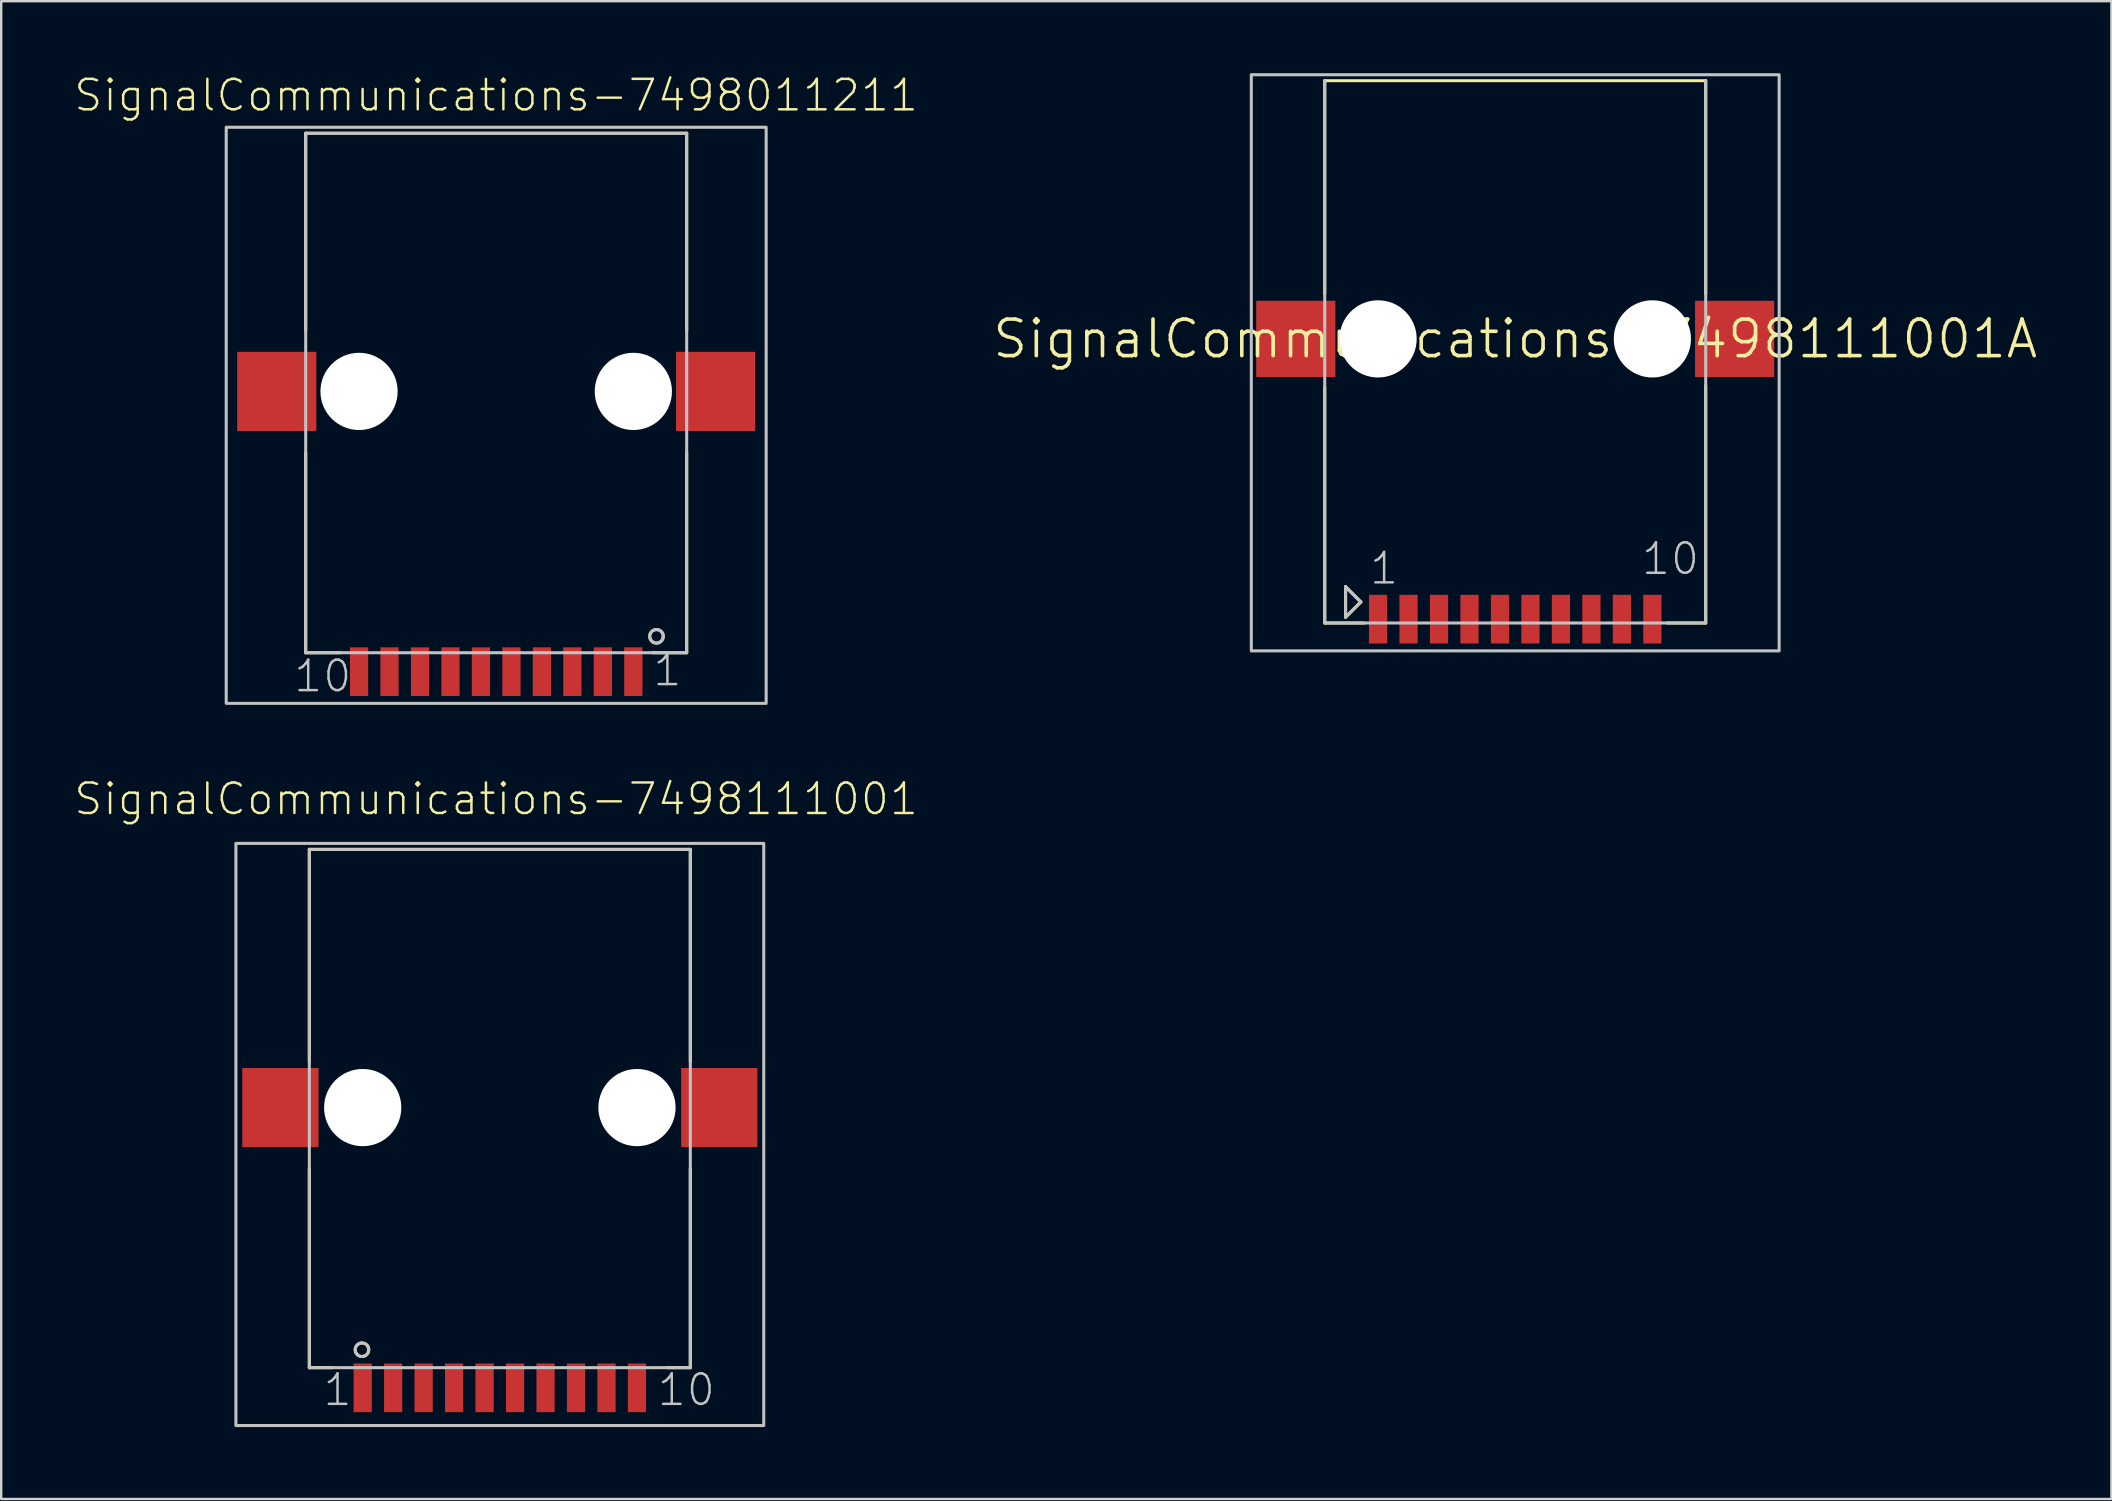
<source format=kicad_pcb>
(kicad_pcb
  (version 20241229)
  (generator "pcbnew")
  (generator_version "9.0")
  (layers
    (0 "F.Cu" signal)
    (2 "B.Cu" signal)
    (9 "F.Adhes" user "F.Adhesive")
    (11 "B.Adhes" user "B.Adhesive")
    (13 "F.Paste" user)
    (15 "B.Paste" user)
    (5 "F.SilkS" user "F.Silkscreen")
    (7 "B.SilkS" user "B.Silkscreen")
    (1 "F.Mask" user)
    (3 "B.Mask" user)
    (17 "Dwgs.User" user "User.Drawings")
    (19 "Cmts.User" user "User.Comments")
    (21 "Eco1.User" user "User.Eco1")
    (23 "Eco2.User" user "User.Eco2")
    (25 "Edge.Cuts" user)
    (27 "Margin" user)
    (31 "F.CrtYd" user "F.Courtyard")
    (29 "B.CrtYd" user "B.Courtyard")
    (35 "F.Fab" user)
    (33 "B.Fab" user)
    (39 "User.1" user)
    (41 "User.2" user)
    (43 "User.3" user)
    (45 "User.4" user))
  (footprint "SignalCommunications-7498011211"
    (layer "F.Cu")
    (at 17.627 13.261)
    (property "Reference" "SignalCommunications-7498011211" (at -0.003 -12.339 0) (layer "F.SilkS") (effects (font (size 1.27 1.27) (thickness 0.102))))
    (attr smd)
    (fp_line (start -7.938 -10.759) (end 7.938 -10.759) (stroke (width 0.127) (type solid)) (layer "F.SilkS"))
    (fp_line (start -7.938 -2.54) (end -7.938 -10.759) (stroke (width 0.127) (type solid)) (layer "F.SilkS"))
    (fp_line (start -7.938 10.889) (end -7.938 2.54) (stroke (width 0.127) (type solid)) (layer "F.SilkS"))
    (fp_line (start -7.938 10.889) (end -6.5 10.889) (stroke (width 0.127) (type solid)) (layer "F.SilkS"))
    (fp_line (start 6.5 10.889) (end 7.938 10.889) (stroke (width 0.127) (type solid)) (layer "F.SilkS"))
    (fp_line (start 7.938 -10.759) (end 7.938 -2.54) (stroke (width 0.127) (type solid)) (layer "F.SilkS"))
    (fp_line (start 7.938 2.54) (end 7.938 10.889) (stroke (width 0.127) (type solid)) (layer "F.SilkS"))
    (fp_circle (center 6.68 10.206) (end 6.68 9.924) (stroke (width 0.127) (type solid)) (fill no) (layer "F.SilkS"))
    (fp_line (start -7.938 -10.759) (end -7.938 10.889) (stroke (width 0.127) (type solid)) (layer "Dwgs.User"))
    (fp_line (start -7.938 10.889) (end 7.938 10.889) (stroke (width 0.127) (type solid)) (layer "Dwgs.User"))
    (fp_line (start 7.938 -10.759) (end -7.938 -10.759) (stroke (width 0.127) (type solid)) (layer "Dwgs.User"))
    (fp_line (start 7.938 -10.759) (end 7.938 10.889) (stroke (width 0.127) (type solid)) (layer "Dwgs.User"))
    (fp_circle (center 6.68 10.206) (end 6.68 9.924) (stroke (width 0.127) (type solid)) (fill no) (layer "Dwgs.User"))
    (fp_poly (pts (xy -11.25 -11.008) (xy 11.25 -11.008) (xy 11.25 13) (xy -11.25 13) (xy -11.25 -11.008)) (stroke (width 0.127) (type solid)) (fill no) (layer "Dwgs.User"))
    (fp_text user "1" (at 7.135 11.613 0) (layer "Dwgs.User") (effects (font (size 1.27 1.27) (thickness 0.102))))
    (fp_text user "10" (at -7.229 11.864 0) (layer "Dwgs.User") (effects (font (size 1.27 1.27) (thickness 0.102))))
    (pad "" np_thru_hole circle (at -5.715 0) (size 3.218 3.218) (drill 3.218) (layers "*.Cu" "*.Mask"))
    (pad "" np_thru_hole circle (at 5.715 0) (size 3.218 3.218) (drill 3.218) (layers "*.Cu" "*.Mask"))
    (pad "1" smd rect (at 5.715 11.679 90) (size 2.029 0.759) (layers "F.Cu" "F.Mask" "F.Paste"))
    (pad "2" smd rect (at 4.445 11.679 90) (size 2.029 0.759) (layers "F.Cu" "F.Mask" "F.Paste"))
    (pad "3" smd rect (at 3.175 11.679 90) (size 2.029 0.759) (layers "F.Cu" "F.Mask" "F.Paste"))
    (pad "4" smd rect (at 1.905 11.679 90) (size 2.029 0.759) (layers "F.Cu" "F.Mask" "F.Paste"))
    (pad "5" smd rect (at 0.635 11.679 90) (size 2.029 0.759) (layers "F.Cu" "F.Mask" "F.Paste"))
    (pad "6" smd rect (at -0.635 11.679 90) (size 2.029 0.759) (layers "F.Cu" "F.Mask" "F.Paste"))
    (pad "7" smd rect (at -1.905 11.679 90) (size 2.029 0.759) (layers "F.Cu" "F.Mask" "F.Paste"))
    (pad "8" smd rect (at -3.175 11.679 90) (size 2.029 0.759) (layers "F.Cu" "F.Mask" "F.Paste"))
    (pad "9" smd rect (at -4.445 11.679 90) (size 2.029 0.759) (layers "F.Cu" "F.Mask" "F.Paste"))
    (pad "10" smd rect (at -5.715 11.679 90) (size 2.029 0.759) (layers "F.Cu" "F.Mask" "F.Paste"))
    (pad "Z1" smd rect (at 9.144 0) (size 3.299 3.299) (layers "F.Cu" "F.Mask" "F.Paste"))
    (pad "Z2" smd rect (at -9.144 0) (size 3.299 3.299) (layers "F.Cu" "F.Mask" "F.Paste")))
  (footprint "SignalCommunications-7498111001A"
    (layer "F.Cu")
    (at 60.092 11.072)
    (property "Reference" "SignalCommunications-7498111001A" (at 0 0 0) (layer "F.SilkS") (effects (font (size 1.524 1.524) (thickness 0.15))))
    (attr smd)
    (fp_line (start -7.938 -10.759) (end 7.938 -10.759) (stroke (width 0.127) (type solid)) (layer "F.SilkS"))
    (fp_line (start -7.938 -1.89) (end -7.938 -10.759) (stroke (width 0.127) (type solid)) (layer "F.SilkS"))
    (fp_line (start -7.938 2.019) (end -7.938 11.839) (stroke (width 0.127) (type solid)) (layer "F.SilkS"))
    (fp_line (start -7.938 11.839) (end -6.299 11.839) (stroke (width 0.127) (type solid)) (layer "F.SilkS"))
    (fp_line (start -7.069 10.328) (end -7.069 11.598) (stroke (width 0.127) (type solid)) (layer "F.SilkS"))
    (fp_line (start -7.069 11.598) (end -6.434 10.963) (stroke (width 0.127) (type solid)) (layer "F.SilkS"))
    (fp_line (start -6.434 10.963) (end -7.069 10.328) (stroke (width 0.127) (type solid)) (layer "F.SilkS"))
    (fp_line (start 7.938 -1.869) (end 7.938 -10.759) (stroke (width 0.127) (type solid)) (layer "F.SilkS"))
    (fp_line (start 7.938 1.938) (end 7.938 11.839) (stroke (width 0.127) (type solid)) (layer "F.SilkS"))
    (fp_line (start 7.938 11.839) (end 6.33 11.839) (stroke (width 0.127) (type solid)) (layer "F.SilkS"))
    (fp_line (start -7.938 11.839) (end -7.938 -10.759) (stroke (width 0.127) (type solid)) (layer "Dwgs.User"))
    (fp_line (start -7.069 10.328) (end -7.069 11.598) (stroke (width 0.127) (type solid)) (layer "Dwgs.User"))
    (fp_line (start -7.069 11.598) (end -6.434 10.963) (stroke (width 0.127) (type solid)) (layer "Dwgs.User"))
    (fp_line (start -6.434 10.963) (end -7.069 10.328) (stroke (width 0.127) (type solid)) (layer "Dwgs.User"))
    (fp_line (start 7.938 -10.759) (end 7.938 11.839) (stroke (width 0.127) (type solid)) (layer "Dwgs.User"))
    (fp_line (start 7.938 11.839) (end -7.938 11.839) (stroke (width 0.127) (type solid)) (layer "Dwgs.User"))
    (fp_poly (pts (xy -10.998 -11.008) (xy 10.998 -11.008) (xy 10.998 13) (xy -10.998 13) (xy -10.998 -11.008)) (stroke (width 0.127) (type solid)) (fill no) (layer "Dwgs.User"))
    (fp_text user "10" (at 6.469 9.164 0) (layer "Dwgs.User") (effects (font (size 1.27 1.27) (thickness 0.102))))
    (fp_text user "1" (at -5.464 9.563 0) (layer "Dwgs.User") (effects (font (size 1.27 1.27) (thickness 0.102))))
    (pad "" np_thru_hole circle (at -5.715 0) (size 3.218 3.218) (drill 3.218) (layers "*.Cu" "*.Mask"))
    (pad "" np_thru_hole circle (at 5.715 0) (size 3.218 3.218) (drill 3.218) (layers "*.Cu" "*.Mask"))
    (pad "1" smd rect (at -5.715 11.679 90) (size 2.029 0.759) (layers "F.Cu" "F.Mask" "F.Paste"))
    (pad "2" smd rect (at -4.445 11.679 90) (size 2.029 0.759) (layers "F.Cu" "F.Mask" "F.Paste"))
    (pad "3" smd rect (at -3.175 11.679 90) (size 2.029 0.759) (layers "F.Cu" "F.Mask" "F.Paste"))
    (pad "4" smd rect (at -1.905 11.679 90) (size 2.029 0.759) (layers "F.Cu" "F.Mask" "F.Paste"))
    (pad "5" smd rect (at -0.635 11.679 90) (size 2.029 0.759) (layers "F.Cu" "F.Mask" "F.Paste"))
    (pad "6" smd rect (at 0.635 11.679 90) (size 2.029 0.759) (layers "F.Cu" "F.Mask" "F.Paste"))
    (pad "7" smd rect (at 1.905 11.679 90) (size 2.029 0.759) (layers "F.Cu" "F.Mask" "F.Paste"))
    (pad "8" smd rect (at 3.175 11.679 90) (size 2.029 0.759) (layers "F.Cu" "F.Mask" "F.Paste"))
    (pad "9" smd rect (at 4.445 11.679 90) (size 2.029 0.759) (layers "F.Cu" "F.Mask" "F.Paste"))
    (pad "10" smd rect (at 5.715 11.679 90) (size 2.029 0.759) (layers "F.Cu" "F.Mask" "F.Paste"))
    (pad "Z1" smd rect (at -9.144 0) (size 3.299 3.178) (layers "F.Cu" "F.Mask" "F.Paste"))
    (pad "Z2" smd rect (at 9.144 0) (size 3.299 3.178) (layers "F.Cu" "F.Mask" "F.Paste")))
  (footprint "SignalCommunications-7498111001"
    (layer "F.Cu")
    (at 17.779 43.105)
    (property "Reference" "SignalCommunications-7498111001" (at -0.155 -12.86 0) (layer "F.SilkS") (effects (font (size 1.27 1.27) (thickness 0.102))))
    (attr smd)
    (fp_line (start -7.938 -10.759) (end 7.938 -10.759) (stroke (width 0.127) (type solid)) (layer "F.SilkS"))
    (fp_line (start -7.938 -1.905) (end -7.938 -10.759) (stroke (width 0.127) (type solid)) (layer "F.SilkS"))
    (fp_line (start -7.938 2.54) (end -7.938 10.838) (stroke (width 0.127) (type solid)) (layer "F.SilkS"))
    (fp_line (start -7.938 10.838) (end -6.985 10.838) (stroke (width 0.127) (type solid)) (layer "F.SilkS"))
    (fp_line (start 6.985 10.838) (end 7.938 10.838) (stroke (width 0.127) (type solid)) (layer "F.SilkS"))
    (fp_line (start 7.938 -10.759) (end 7.938 -1.905) (stroke (width 0.127) (type solid)) (layer "F.SilkS"))
    (fp_line (start 7.938 2.54) (end 7.938 10.838) (stroke (width 0.127) (type solid)) (layer "F.SilkS"))
    (fp_circle (center -5.745 10.091) (end -5.745 9.809) (stroke (width 0.127) (type solid)) (fill no) (layer "F.SilkS"))
    (fp_line (start -7.938 -10.759) (end -7.938 10.838) (stroke (width 0.127) (type solid)) (layer "Dwgs.User"))
    (fp_line (start -7.938 10.838) (end 7.938 10.838) (stroke (width 0.127) (type solid)) (layer "Dwgs.User"))
    (fp_line (start 7.938 -10.759) (end -7.938 -10.759) (stroke (width 0.127) (type solid)) (layer "Dwgs.User"))
    (fp_line (start 7.938 10.838) (end 7.938 -10.759) (stroke (width 0.127) (type solid)) (layer "Dwgs.User"))
    (fp_circle (center -5.745 10.091) (end -5.745 9.809) (stroke (width 0.127) (type solid)) (fill no) (layer "Dwgs.User"))
    (fp_poly (pts (xy -10.998 -11.008) (xy 10.998 -11.008) (xy 10.998 13.249) (xy -10.998 13.249) (xy -10.998 -11.008)) (stroke (width 0.127) (type solid)) (fill no) (layer "Dwgs.User"))
    (fp_text user "1" (at -6.764 11.763 0) (layer "Dwgs.User") (effects (font (size 1.27 1.27) (thickness 0.102))))
    (fp_text user "10" (at 7.77 11.763 0) (layer "Dwgs.User") (effects (font (size 1.27 1.27) (thickness 0.102))))
    (pad "" np_thru_hole circle (at -5.715 0) (size 3.218 3.218) (drill 3.218) (layers "*.Cu" "*.Mask"))
    (pad "" np_thru_hole circle (at 5.715 0) (size 3.218 3.218) (drill 3.218) (layers "*.Cu" "*.Mask"))
    (pad "1" smd rect (at -5.715 11.679) (size 0.759 2.029) (layers "F.Cu" "F.Mask" "F.Paste"))
    (pad "2" smd rect (at -4.445 11.679) (size 0.759 2.029) (layers "F.Cu" "F.Mask" "F.Paste"))
    (pad "3" smd rect (at -3.175 11.679) (size 0.759 2.029) (layers "F.Cu" "F.Mask" "F.Paste"))
    (pad "4" smd rect (at -1.905 11.679) (size 0.759 2.029) (layers "F.Cu" "F.Mask" "F.Paste"))
    (pad "5" smd rect (at -0.635 11.679) (size 0.759 2.029) (layers "F.Cu" "F.Mask" "F.Paste"))
    (pad "6" smd rect (at 0.635 11.679) (size 0.759 2.029) (layers "F.Cu" "F.Mask" "F.Paste"))
    (pad "7" smd rect (at 1.905 11.679) (size 0.759 2.029) (layers "F.Cu" "F.Mask" "F.Paste"))
    (pad "8" smd rect (at 3.175 11.679) (size 0.759 2.029) (layers "F.Cu" "F.Mask" "F.Paste"))
    (pad "9" smd rect (at 4.445 11.679) (size 0.759 2.029) (layers "F.Cu" "F.Mask" "F.Paste"))
    (pad "10" smd rect (at 5.715 11.679) (size 0.759 2.029) (layers "F.Cu" "F.Mask" "F.Paste"))
    (pad "Z1" smd rect (at -9.144 0) (size 3.178 3.299) (layers "F.Cu" "F.Mask" "F.Paste"))
    (pad "Z2" smd rect (at 9.144 0) (size 3.178 3.299) (layers "F.Cu" "F.Mask" "F.Paste")))
  (gr_rect
    (start -3 -3)
    (end 84.936 59.417)
    (stroke (width 0.1) (type default))
    (fill no)
    (layer "Edge.Cuts")))
</source>
